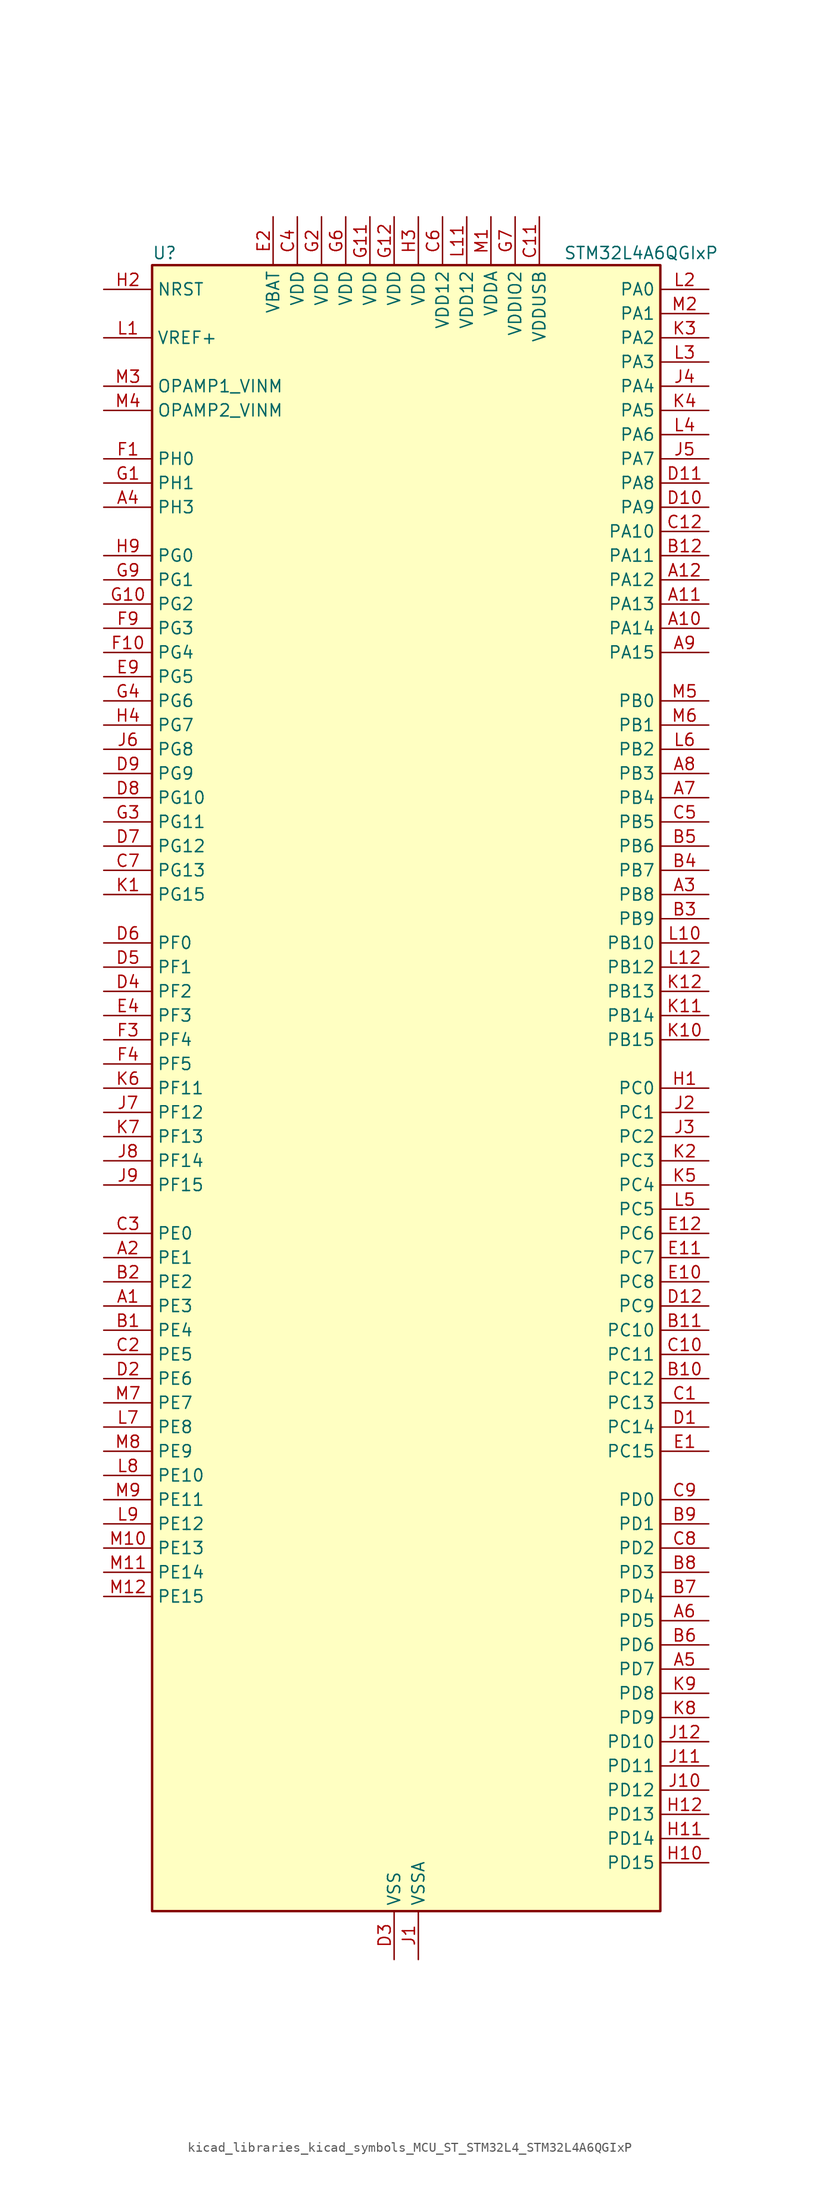
<source format=kicad_sym>
(kicad_symbol_lib
  (version 20220914)
  (generator kicad_symbol_editor)
  (symbol "kicad_libraries_kicad_symbols_MCU_ST_STM32L4_STM32L4A6QGIxP"
    (property "Reference" "U"
      (at -25.4 87.63 0)
      (effects (font (size 1.27 1.27)) (justify left)))
    (property "Value" "STM32L4A6QGIxP"
      (at 17.78 87.63 0)
      (effects (font (size 1.27 1.27)) (justify left)))
    (property "ki_locked" ""
      (at 0 0 0)
      (effects (font (size 1.27 1.27))))
    (symbol "kicad_libraries_kicad_symbols_MCU_ST_STM32L4_STM32L4A6QGIxP_0_1"
      (rectangle (start -25.4 -86.36) (end 27.94 86.36) (stroke (width 0.254) (type default)) (fill (type background))))
    (symbol "kicad_libraries_kicad_symbols_MCU_ST_STM32L4_STM32L4A6QGIxP_1_1"
      (pin bidirectional line (at -30.48 -22.86 0) (length 5.08) (name "PE3" (effects (font (size 1.27 1.27)))) (number "A1" (effects (font (size 1.27 1.27)))) (alternate "FMC_A19" bidirectional line) (alternate "LCD_SEG39" bidirectional line) (alternate "SAI1_SD_B" bidirectional line) (alternate "SYS_TRACED0" bidirectional line) (alternate "TIM3_CH1" bidirectional line) (alternate "TSC_G7_IO2" bidirectional line))
      (pin bidirectional line (at 33.02 48.26 180) (length 5.08) (name "PA14" (effects (font (size 1.27 1.27)))) (number "A10" (effects (font (size 1.27 1.27)))) (alternate "I2C1_SMBA" bidirectional line) (alternate "I2C4_SMBA" bidirectional line) (alternate "LPTIM1_OUT" bidirectional line) (alternate "SAI1_FS_B" bidirectional line) (alternate "SWPMI1_RX" bidirectional line) (alternate "SYS_JTCK-SWCLK" bidirectional line) (alternate "USB_OTG_FS_SOF" bidirectional line))
      (pin bidirectional line (at 33.02 50.8 180) (length 5.08) (name "PA13" (effects (font (size 1.27 1.27)))) (number "A11" (effects (font (size 1.27 1.27)))) (alternate "IR_OUT" bidirectional line) (alternate "SAI1_SD_B" bidirectional line) (alternate "SWPMI1_TX" bidirectional line) (alternate "SYS_JTMS-SWDIO" bidirectional line) (alternate "USB_OTG_FS_NOE" bidirectional line))
      (pin bidirectional line (at 33.02 53.34 180) (length 5.08) (name "PA12" (effects (font (size 1.27 1.27)))) (number "A12" (effects (font (size 1.27 1.27)))) (alternate "CAN1_TX" bidirectional line) (alternate "SPI1_MOSI" bidirectional line) (alternate "TIM1_ETR" bidirectional line) (alternate "USART1_DE" bidirectional line) (alternate "USART1_RTS" bidirectional line) (alternate "USB_OTG_FS_DP" bidirectional line))
      (pin bidirectional line (at -30.48 -17.78 0) (length 5.08) (name "PE1" (effects (font (size 1.27 1.27)))) (number "A2" (effects (font (size 1.27 1.27)))) (alternate "DCMI_D3" bidirectional line) (alternate "FMC_NBL1" bidirectional line) (alternate "LCD_SEG37" bidirectional line) (alternate "TIM17_CH1" bidirectional line))
      (pin bidirectional line (at 33.02 20.32 180) (length 5.08) (name "PB8" (effects (font (size 1.27 1.27)))) (number "A3" (effects (font (size 1.27 1.27)))) (alternate "CAN1_RX" bidirectional line) (alternate "DCMI_D6" bidirectional line) (alternate "DFSDM1_DATIN6" bidirectional line) (alternate "I2C1_SCL" bidirectional line) (alternate "LCD_SEG16" bidirectional line) (alternate "SAI1_MCLK_A" bidirectional line) (alternate "SDMMC1_D4" bidirectional line) (alternate "TIM16_CH1" bidirectional line) (alternate "TIM4_CH3" bidirectional line))
      (pin bidirectional line (at -30.48 60.96 0) (length 5.08) (name "PH3" (effects (font (size 1.27 1.27)))) (number "A4" (effects (font (size 1.27 1.27)))))
      (pin bidirectional line (at 33.02 -60.96 180) (length 5.08) (name "PD7" (effects (font (size 1.27 1.27)))) (number "A5" (effects (font (size 1.27 1.27)))) (alternate "DFSDM1_CKIN1" bidirectional line) (alternate "FMC_NE1" bidirectional line) (alternate "QUADSPI_BK2_IO3" bidirectional line) (alternate "USART2_CK" bidirectional line))
      (pin bidirectional line (at 33.02 -55.88 180) (length 5.08) (name "PD5" (effects (font (size 1.27 1.27)))) (number "A6" (effects (font (size 1.27 1.27)))) (alternate "FMC_NWE" bidirectional line) (alternate "QUADSPI_BK2_IO1" bidirectional line) (alternate "USART2_TX" bidirectional line))
      (pin bidirectional line (at 33.02 30.48 180) (length 5.08) (name "PB4" (effects (font (size 1.27 1.27)))) (number "A7" (effects (font (size 1.27 1.27)))) (alternate "COMP2_INP" bidirectional line) (alternate "DCMI_D12" bidirectional line) (alternate "I2C3_SDA" bidirectional line) (alternate "LCD_SEG8" bidirectional line) (alternate "SAI1_MCLK_B" bidirectional line) (alternate "SPI1_MISO" bidirectional line) (alternate "SPI3_MISO" bidirectional line) (alternate "SYS_JTRST" bidirectional line) (alternate "TIM17_BKIN" bidirectional line) (alternate "TIM3_CH1" bidirectional line) (alternate "TSC_G2_IO1" bidirectional line) (alternate "UART5_DE" bidirectional line) (alternate "UART5_RTS" bidirectional line) (alternate "USART1_CTS" bidirectional line))
      (pin bidirectional line (at 33.02 33.02 180) (length 5.08) (name "PB3" (effects (font (size 1.27 1.27)))) (number "A8" (effects (font (size 1.27 1.27)))) (alternate "COMP2_INM" bidirectional line) (alternate "CRS_SYNC" bidirectional line) (alternate "LCD_SEG7" bidirectional line) (alternate "SAI1_SCK_B" bidirectional line) (alternate "SPI1_SCK" bidirectional line) (alternate "SPI3_SCK" bidirectional line) (alternate "SYS_JTDO-SWO" bidirectional line) (alternate "TIM2_CH2" bidirectional line) (alternate "USART1_DE" bidirectional line) (alternate "USART1_RTS" bidirectional line))
      (pin bidirectional line (at 33.02 45.72 180) (length 5.08) (name "PA15" (effects (font (size 1.27 1.27)))) (number "A9" (effects (font (size 1.27 1.27)))) (alternate "ADC1_EXTI15" bidirectional line) (alternate "ADC2_EXTI15" bidirectional line) (alternate "ADC3_EXTI15" bidirectional line) (alternate "LCD_SEG17" bidirectional line) (alternate "SAI2_FS_B" bidirectional line) (alternate "SPI1_NSS" bidirectional line) (alternate "SPI3_NSS" bidirectional line) (alternate "SWPMI1_SUSPEND" bidirectional line) (alternate "SYS_JTDI" bidirectional line) (alternate "TIM2_CH1" bidirectional line) (alternate "TIM2_ETR" bidirectional line) (alternate "TSC_G3_IO1" bidirectional line) (alternate "UART4_DE" bidirectional line) (alternate "UART4_RTS" bidirectional line) (alternate "USART2_RX" bidirectional line) (alternate "USART3_DE" bidirectional line) (alternate "USART3_RTS" bidirectional line))
      (pin bidirectional line (at -30.48 -25.4 0) (length 5.08) (name "PE4" (effects (font (size 1.27 1.27)))) (number "B1" (effects (font (size 1.27 1.27)))) (alternate "DCMI_D4" bidirectional line) (alternate "DFSDM1_DATIN3" bidirectional line) (alternate "FMC_A20" bidirectional line) (alternate "SAI1_FS_A" bidirectional line) (alternate "SYS_TRACED1" bidirectional line) (alternate "TIM3_CH2" bidirectional line) (alternate "TSC_G7_IO3" bidirectional line))
      (pin bidirectional line (at 33.02 -30.48 180) (length 5.08) (name "PC12" (effects (font (size 1.27 1.27)))) (number "B10" (effects (font (size 1.27 1.27)))) (alternate "DCMI_D9" bidirectional line) (alternate "LCD_COM6" bidirectional line) (alternate "LCD_SEG30" bidirectional line) (alternate "LCD_SEG42" bidirectional line) (alternate "SAI2_SD_B" bidirectional line) (alternate "SDMMC1_CK" bidirectional line) (alternate "SPI3_MOSI" bidirectional line) (alternate "SYS_TRACED3" bidirectional line) (alternate "TSC_G3_IO4" bidirectional line) (alternate "UART5_TX" bidirectional line) (alternate "USART3_CK" bidirectional line))
      (pin bidirectional line (at 33.02 -25.4 180) (length 5.08) (name "PC10" (effects (font (size 1.27 1.27)))) (number "B11" (effects (font (size 1.27 1.27)))) (alternate "DCMI_D8" bidirectional line) (alternate "LCD_COM4" bidirectional line) (alternate "LCD_SEG28" bidirectional line) (alternate "LCD_SEG40" bidirectional line) (alternate "SAI2_SCK_B" bidirectional line) (alternate "SDMMC1_D2" bidirectional line) (alternate "SPI3_SCK" bidirectional line) (alternate "SYS_TRACED1" bidirectional line) (alternate "TSC_G3_IO2" bidirectional line) (alternate "UART4_TX" bidirectional line) (alternate "USART3_TX" bidirectional line))
      (pin bidirectional line (at 33.02 55.88 180) (length 5.08) (name "PA11" (effects (font (size 1.27 1.27)))) (number "B12" (effects (font (size 1.27 1.27)))) (alternate "ADC1_EXTI11" bidirectional line) (alternate "ADC2_EXTI11" bidirectional line) (alternate "ADC3_EXTI11" bidirectional line) (alternate "CAN1_RX" bidirectional line) (alternate "SPI1_MISO" bidirectional line) (alternate "TIM1_BKIN2" bidirectional line) (alternate "TIM1_BKIN2_COMP1" bidirectional line) (alternate "TIM1_CH4" bidirectional line) (alternate "USART1_CTS" bidirectional line) (alternate "USB_OTG_FS_DM" bidirectional line))
      (pin bidirectional line (at -30.48 -20.32 0) (length 5.08) (name "PE2" (effects (font (size 1.27 1.27)))) (number "B2" (effects (font (size 1.27 1.27)))) (alternate "FMC_A23" bidirectional line) (alternate "LCD_SEG38" bidirectional line) (alternate "SAI1_MCLK_A" bidirectional line) (alternate "SYS_TRACECLK" bidirectional line) (alternate "TIM3_ETR" bidirectional line) (alternate "TSC_G7_IO1" bidirectional line))
      (pin bidirectional line (at 33.02 17.78 180) (length 5.08) (name "PB9" (effects (font (size 1.27 1.27)))) (number "B3" (effects (font (size 1.27 1.27)))) (alternate "CAN1_TX" bidirectional line) (alternate "DAC1_EXTI9" bidirectional line) (alternate "DCMI_D7" bidirectional line) (alternate "DFSDM1_CKIN6" bidirectional line) (alternate "I2C1_SDA" bidirectional line) (alternate "IR_OUT" bidirectional line) (alternate "LCD_COM3" bidirectional line) (alternate "SAI1_FS_A" bidirectional line) (alternate "SDMMC1_D5" bidirectional line) (alternate "SPI2_NSS" bidirectional line) (alternate "TIM17_CH1" bidirectional line) (alternate "TIM4_CH4" bidirectional line))
      (pin bidirectional line (at 33.02 22.86 180) (length 5.08) (name "PB7" (effects (font (size 1.27 1.27)))) (number "B4" (effects (font (size 1.27 1.27)))) (alternate "COMP2_INM" bidirectional line) (alternate "DCMI_VSYNC" bidirectional line) (alternate "DFSDM1_CKIN5" bidirectional line) (alternate "FMC_NL" bidirectional line) (alternate "I2C1_SDA" bidirectional line) (alternate "I2C4_SDA" bidirectional line) (alternate "LCD_SEG21" bidirectional line) (alternate "LPTIM1_IN2" bidirectional line) (alternate "SYS_PVD_IN" bidirectional line) (alternate "TIM17_CH1N" bidirectional line) (alternate "TIM4_CH2" bidirectional line) (alternate "TIM8_BKIN" bidirectional line) (alternate "TIM8_BKIN_COMP1" bidirectional line) (alternate "TSC_G2_IO4" bidirectional line) (alternate "UART4_CTS" bidirectional line) (alternate "USART1_RX" bidirectional line))
      (pin bidirectional line (at 33.02 25.4 180) (length 5.08) (name "PB6" (effects (font (size 1.27 1.27)))) (number "B5" (effects (font (size 1.27 1.27)))) (alternate "CAN2_TX" bidirectional line) (alternate "COMP2_INP" bidirectional line) (alternate "DCMI_D5" bidirectional line) (alternate "DFSDM1_DATIN5" bidirectional line) (alternate "I2C1_SCL" bidirectional line) (alternate "I2C4_SCL" bidirectional line) (alternate "LPTIM1_ETR" bidirectional line) (alternate "SAI1_FS_B" bidirectional line) (alternate "TIM16_CH1N" bidirectional line) (alternate "TIM4_CH1" bidirectional line) (alternate "TIM8_BKIN2" bidirectional line) (alternate "TIM8_BKIN2_COMP2" bidirectional line) (alternate "TSC_G2_IO3" bidirectional line) (alternate "USART1_TX" bidirectional line))
      (pin bidirectional line (at 33.02 -58.42 180) (length 5.08) (name "PD6" (effects (font (size 1.27 1.27)))) (number "B6" (effects (font (size 1.27 1.27)))) (alternate "DCMI_D10" bidirectional line) (alternate "DFSDM1_DATIN1" bidirectional line) (alternate "FMC_NWAIT" bidirectional line) (alternate "QUADSPI_BK2_IO1" bidirectional line) (alternate "QUADSPI_BK2_IO2" bidirectional line) (alternate "SAI1_SD_A" bidirectional line) (alternate "USART2_RX" bidirectional line))
      (pin bidirectional line (at 33.02 -53.34 180) (length 5.08) (name "PD4" (effects (font (size 1.27 1.27)))) (number "B7" (effects (font (size 1.27 1.27)))) (alternate "DFSDM1_CKIN0" bidirectional line) (alternate "FMC_NOE" bidirectional line) (alternate "QUADSPI_BK2_IO0" bidirectional line) (alternate "SPI2_MOSI" bidirectional line) (alternate "USART2_DE" bidirectional line) (alternate "USART2_RTS" bidirectional line))
      (pin bidirectional line (at 33.02 -50.8 180) (length 5.08) (name "PD3" (effects (font (size 1.27 1.27)))) (number "B8" (effects (font (size 1.27 1.27)))) (alternate "DCMI_D5" bidirectional line) (alternate "DFSDM1_DATIN0" bidirectional line) (alternate "FMC_CLK" bidirectional line) (alternate "QUADSPI_BK2_NCS" bidirectional line) (alternate "SPI2_MISO" bidirectional line) (alternate "SPI2_SCK" bidirectional line) (alternate "USART2_CTS" bidirectional line))
      (pin bidirectional line (at 33.02 -45.72 180) (length 5.08) (name "PD1" (effects (font (size 1.27 1.27)))) (number "B9" (effects (font (size 1.27 1.27)))) (alternate "CAN1_TX" bidirectional line) (alternate "DFSDM1_CKIN7" bidirectional line) (alternate "FMC_D3" bidirectional line) (alternate "FMC_DA3" bidirectional line) (alternate "SPI2_SCK" bidirectional line))
      (pin bidirectional line (at 33.02 -33.02 180) (length 5.08) (name "PC13" (effects (font (size 1.27 1.27)))) (number "C1" (effects (font (size 1.27 1.27)))) (alternate "RTC_OUT_ALARM" bidirectional line) (alternate "RTC_OUT_CALIB" bidirectional line) (alternate "RTC_TAMP1" bidirectional line) (alternate "RTC_TS" bidirectional line) (alternate "SYS_WKUP2" bidirectional line))
      (pin bidirectional line (at 33.02 -27.94 180) (length 5.08) (name "PC11" (effects (font (size 1.27 1.27)))) (number "C10" (effects (font (size 1.27 1.27)))) (alternate "ADC1_EXTI11" bidirectional line) (alternate "ADC2_EXTI11" bidirectional line) (alternate "ADC3_EXTI11" bidirectional line) (alternate "DCMI_D4" bidirectional line) (alternate "LCD_COM5" bidirectional line) (alternate "LCD_SEG29" bidirectional line) (alternate "LCD_SEG41" bidirectional line) (alternate "QUADSPI_BK2_NCS" bidirectional line) (alternate "SAI2_MCLK_B" bidirectional line) (alternate "SDMMC1_D3" bidirectional line) (alternate "SPI3_MISO" bidirectional line) (alternate "TSC_G3_IO3" bidirectional line) (alternate "UART4_RX" bidirectional line) (alternate "USART3_RX" bidirectional line))
      (pin power_in line (at 15.24 91.44 270) (length 5.08) (name "VDDUSB" (effects (font (size 1.27 1.27)))) (number "C11" (effects (font (size 1.27 1.27)))))
      (pin bidirectional line (at 33.02 58.42 180) (length 5.08) (name "PA10" (effects (font (size 1.27 1.27)))) (number "C12" (effects (font (size 1.27 1.27)))) (alternate "DCMI_D1" bidirectional line) (alternate "LCD_COM2" bidirectional line) (alternate "SAI1_SD_A" bidirectional line) (alternate "TIM17_BKIN" bidirectional line) (alternate "TIM1_CH3" bidirectional line) (alternate "USART1_RX" bidirectional line) (alternate "USB_OTG_FS_ID" bidirectional line))
      (pin bidirectional line (at -30.48 -27.94 0) (length 5.08) (name "PE5" (effects (font (size 1.27 1.27)))) (number "C2" (effects (font (size 1.27 1.27)))) (alternate "DCMI_D6" bidirectional line) (alternate "DFSDM1_CKIN3" bidirectional line) (alternate "FMC_A21" bidirectional line) (alternate "SAI1_SCK_A" bidirectional line) (alternate "SYS_TRACED2" bidirectional line) (alternate "TIM3_CH3" bidirectional line) (alternate "TSC_G7_IO4" bidirectional line))
      (pin bidirectional line (at -30.48 -15.24 0) (length 5.08) (name "PE0" (effects (font (size 1.27 1.27)))) (number "C3" (effects (font (size 1.27 1.27)))) (alternate "DCMI_D2" bidirectional line) (alternate "FMC_NBL0" bidirectional line) (alternate "LCD_SEG36" bidirectional line) (alternate "TIM16_CH1" bidirectional line) (alternate "TIM4_ETR" bidirectional line))
      (pin power_in line (at -10.16 91.44 270) (length 5.08) (name "VDD" (effects (font (size 1.27 1.27)))) (number "C4" (effects (font (size 1.27 1.27)))))
      (pin bidirectional line (at 33.02 27.94 180) (length 5.08) (name "PB5" (effects (font (size 1.27 1.27)))) (number "C5" (effects (font (size 1.27 1.27)))) (alternate "CAN2_RX" bidirectional line) (alternate "COMP2_OUT" bidirectional line) (alternate "DCMI_D10" bidirectional line) (alternate "I2C1_SMBA" bidirectional line) (alternate "LCD_SEG9" bidirectional line) (alternate "LPTIM1_IN1" bidirectional line) (alternate "SAI1_SD_B" bidirectional line) (alternate "SPI1_MOSI" bidirectional line) (alternate "SPI3_MOSI" bidirectional line) (alternate "TIM16_BKIN" bidirectional line) (alternate "TIM3_CH2" bidirectional line) (alternate "TSC_G2_IO2" bidirectional line) (alternate "UART5_CTS" bidirectional line) (alternate "USART1_CK" bidirectional line))
      (pin power_in line (at 5.08 91.44 270) (length 5.08) (name "VDD12" (effects (font (size 1.27 1.27)))) (number "C6" (effects (font (size 1.27 1.27)))))
      (pin bidirectional line (at -30.48 22.86 0) (length 5.08) (name "PG13" (effects (font (size 1.27 1.27)))) (number "C7" (effects (font (size 1.27 1.27)))) (alternate "FMC_A24" bidirectional line) (alternate "I2C1_SDA" bidirectional line) (alternate "USART1_CK" bidirectional line))
      (pin bidirectional line (at 33.02 -48.26 180) (length 5.08) (name "PD2" (effects (font (size 1.27 1.27)))) (number "C8" (effects (font (size 1.27 1.27)))) (alternate "DCMI_D11" bidirectional line) (alternate "LCD_COM7" bidirectional line) (alternate "LCD_SEG31" bidirectional line) (alternate "LCD_SEG43" bidirectional line) (alternate "SDMMC1_CMD" bidirectional line) (alternate "SYS_TRACED2" bidirectional line) (alternate "TIM3_ETR" bidirectional line) (alternate "TSC_SYNC" bidirectional line) (alternate "UART5_RX" bidirectional line) (alternate "USART3_DE" bidirectional line) (alternate "USART3_RTS" bidirectional line))
      (pin bidirectional line (at 33.02 -43.18 180) (length 5.08) (name "PD0" (effects (font (size 1.27 1.27)))) (number "C9" (effects (font (size 1.27 1.27)))) (alternate "CAN1_RX" bidirectional line) (alternate "DFSDM1_DATIN7" bidirectional line) (alternate "FMC_D2" bidirectional line) (alternate "FMC_DA2" bidirectional line) (alternate "SPI2_NSS" bidirectional line))
      (pin bidirectional line (at 33.02 -35.56 180) (length 5.08) (name "PC14" (effects (font (size 1.27 1.27)))) (number "D1" (effects (font (size 1.27 1.27)))) (alternate "RCC_OSC32_IN" bidirectional line))
      (pin bidirectional line (at 33.02 60.96 180) (length 5.08) (name "PA9" (effects (font (size 1.27 1.27)))) (number "D10" (effects (font (size 1.27 1.27)))) (alternate "DAC1_EXTI9" bidirectional line) (alternate "DCMI_D0" bidirectional line) (alternate "LCD_COM1" bidirectional line) (alternate "SAI1_FS_A" bidirectional line) (alternate "SPI2_SCK" bidirectional line) (alternate "TIM15_BKIN" bidirectional line) (alternate "TIM1_CH2" bidirectional line) (alternate "USART1_TX" bidirectional line) (alternate "USB_OTG_FS_VBUS" bidirectional line))
      (pin bidirectional line (at 33.02 63.5 180) (length 5.08) (name "PA8" (effects (font (size 1.27 1.27)))) (number "D11" (effects (font (size 1.27 1.27)))) (alternate "LCD_COM0" bidirectional line) (alternate "LPTIM2_OUT" bidirectional line) (alternate "RCC_MCO" bidirectional line) (alternate "SAI1_SCK_A" bidirectional line) (alternate "SWPMI1_IO" bidirectional line) (alternate "TIM1_CH1" bidirectional line) (alternate "USART1_CK" bidirectional line) (alternate "USB_OTG_FS_SOF" bidirectional line))
      (pin bidirectional line (at 33.02 -22.86 180) (length 5.08) (name "PC9" (effects (font (size 1.27 1.27)))) (number "D12" (effects (font (size 1.27 1.27)))) (alternate "DAC1_EXTI9" bidirectional line) (alternate "DCMI_D3" bidirectional line) (alternate "I2C3_SDA" bidirectional line) (alternate "LCD_SEG27" bidirectional line) (alternate "SAI2_EXTCLK" bidirectional line) (alternate "SDMMC1_D1" bidirectional line) (alternate "TIM3_CH4" bidirectional line) (alternate "TIM8_BKIN2" bidirectional line) (alternate "TIM8_BKIN2_COMP1" bidirectional line) (alternate "TIM8_CH4" bidirectional line) (alternate "TSC_G4_IO4" bidirectional line) (alternate "USB_OTG_FS_NOE" bidirectional line))
      (pin bidirectional line (at -30.48 -30.48 0) (length 5.08) (name "PE6" (effects (font (size 1.27 1.27)))) (number "D2" (effects (font (size 1.27 1.27)))) (alternate "DCMI_D7" bidirectional line) (alternate "FMC_A22" bidirectional line) (alternate "RTC_TAMP3" bidirectional line) (alternate "SAI1_SD_A" bidirectional line) (alternate "SYS_TRACED3" bidirectional line) (alternate "SYS_WKUP3" bidirectional line) (alternate "TIM3_CH4" bidirectional line))
      (pin power_in line (at 0 -91.44 90) (length 5.08) (name "VSS" (effects (font (size 1.27 1.27)))) (number "D3" (effects (font (size 1.27 1.27)))))
      (pin bidirectional line (at -30.48 10.16 0) (length 5.08) (name "PF2" (effects (font (size 1.27 1.27)))) (number "D4" (effects (font (size 1.27 1.27)))) (alternate "FMC_A2" bidirectional line) (alternate "I2C2_SMBA" bidirectional line))
      (pin bidirectional line (at -30.48 12.7 0) (length 5.08) (name "PF1" (effects (font (size 1.27 1.27)))) (number "D5" (effects (font (size 1.27 1.27)))) (alternate "FMC_A1" bidirectional line) (alternate "I2C2_SCL" bidirectional line))
      (pin bidirectional line (at -30.48 15.24 0) (length 5.08) (name "PF0" (effects (font (size 1.27 1.27)))) (number "D6" (effects (font (size 1.27 1.27)))) (alternate "FMC_A0" bidirectional line) (alternate "I2C2_SDA" bidirectional line))
      (pin bidirectional line (at -30.48 25.4 0) (length 5.08) (name "PG12" (effects (font (size 1.27 1.27)))) (number "D7" (effects (font (size 1.27 1.27)))) (alternate "FMC_NE4" bidirectional line) (alternate "LPTIM1_ETR" bidirectional line) (alternate "SAI2_SD_A" bidirectional line) (alternate "SPI3_NSS" bidirectional line) (alternate "USART1_DE" bidirectional line) (alternate "USART1_RTS" bidirectional line))
      (pin bidirectional line (at -30.48 30.48 0) (length 5.08) (name "PG10" (effects (font (size 1.27 1.27)))) (number "D8" (effects (font (size 1.27 1.27)))) (alternate "FMC_NE3" bidirectional line) (alternate "LPTIM1_IN1" bidirectional line) (alternate "SAI2_FS_A" bidirectional line) (alternate "SPI3_MISO" bidirectional line) (alternate "TIM15_CH1" bidirectional line) (alternate "USART1_RX" bidirectional line))
      (pin bidirectional line (at -30.48 33.02 0) (length 5.08) (name "PG9" (effects (font (size 1.27 1.27)))) (number "D9" (effects (font (size 1.27 1.27)))) (alternate "DAC1_EXTI9" bidirectional line) (alternate "FMC_NCE" bidirectional line) (alternate "FMC_NE2" bidirectional line) (alternate "SAI2_SCK_A" bidirectional line) (alternate "SPI3_SCK" bidirectional line) (alternate "TIM15_CH1N" bidirectional line) (alternate "USART1_TX" bidirectional line))
      (pin bidirectional line (at 33.02 -38.1 180) (length 5.08) (name "PC15" (effects (font (size 1.27 1.27)))) (number "E1" (effects (font (size 1.27 1.27)))) (alternate "ADC1_EXTI15" bidirectional line) (alternate "ADC2_EXTI15" bidirectional line) (alternate "ADC3_EXTI15" bidirectional line) (alternate "RCC_OSC32_OUT" bidirectional line))
      (pin bidirectional line (at 33.02 -20.32 180) (length 5.08) (name "PC8" (effects (font (size 1.27 1.27)))) (number "E10" (effects (font (size 1.27 1.27)))) (alternate "DCMI_D2" bidirectional line) (alternate "LCD_SEG26" bidirectional line) (alternate "SDMMC1_D0" bidirectional line) (alternate "TIM3_CH3" bidirectional line) (alternate "TIM8_CH3" bidirectional line) (alternate "TSC_G4_IO3" bidirectional line))
      (pin bidirectional line (at 33.02 -17.78 180) (length 5.08) (name "PC7" (effects (font (size 1.27 1.27)))) (number "E11" (effects (font (size 1.27 1.27)))) (alternate "DCMI_D1" bidirectional line) (alternate "DFSDM1_DATIN3" bidirectional line) (alternate "LCD_SEG25" bidirectional line) (alternate "SAI2_MCLK_B" bidirectional line) (alternate "SDMMC1_D7" bidirectional line) (alternate "TIM3_CH2" bidirectional line) (alternate "TIM8_CH2" bidirectional line) (alternate "TSC_G4_IO2" bidirectional line))
      (pin bidirectional line (at 33.02 -15.24 180) (length 5.08) (name "PC6" (effects (font (size 1.27 1.27)))) (number "E12" (effects (font (size 1.27 1.27)))) (alternate "DCMI_D0" bidirectional line) (alternate "DFSDM1_CKIN3" bidirectional line) (alternate "LCD_SEG24" bidirectional line) (alternate "SAI2_MCLK_A" bidirectional line) (alternate "SDMMC1_D6" bidirectional line) (alternate "TIM3_CH1" bidirectional line) (alternate "TIM8_CH1" bidirectional line) (alternate "TSC_G4_IO1" bidirectional line))
      (pin power_in line (at -12.7 91.44 270) (length 5.08) (name "VBAT" (effects (font (size 1.27 1.27)))) (number "E2" (effects (font (size 1.27 1.27)))))
      (pin passive line (at 0 -91.44 90) (length 5.08) hide (name "VSS" (effects (font (size 1.27 1.27)))) (number "E3" (effects (font (size 1.27 1.27)))))
      (pin bidirectional line (at -30.48 7.62 0) (length 5.08) (name "PF3" (effects (font (size 1.27 1.27)))) (number "E4" (effects (font (size 1.27 1.27)))) (alternate "ADC3_IN6" bidirectional line) (alternate "FMC_A3" bidirectional line))
      (pin bidirectional line (at -30.48 43.18 0) (length 5.08) (name "PG5" (effects (font (size 1.27 1.27)))) (number "E9" (effects (font (size 1.27 1.27)))) (alternate "FMC_A15" bidirectional line) (alternate "LPUART1_CTS" bidirectional line) (alternate "SAI2_SD_B" bidirectional line) (alternate "SPI1_NSS" bidirectional line))
      (pin bidirectional line (at -30.48 66.04 0) (length 5.08) (name "PH0" (effects (font (size 1.27 1.27)))) (number "F1" (effects (font (size 1.27 1.27)))) (alternate "RCC_OSC_IN" bidirectional line))
      (pin bidirectional line (at -30.48 45.72 0) (length 5.08) (name "PG4" (effects (font (size 1.27 1.27)))) (number "F10" (effects (font (size 1.27 1.27)))) (alternate "FMC_A14" bidirectional line) (alternate "SAI2_MCLK_B" bidirectional line) (alternate "SPI1_MOSI" bidirectional line))
      (pin passive line (at 0 -91.44 90) (length 5.08) hide (name "VSS" (effects (font (size 1.27 1.27)))) (number "F11" (effects (font (size 1.27 1.27)))))
      (pin passive line (at 0 -91.44 90) (length 5.08) hide (name "VSS" (effects (font (size 1.27 1.27)))) (number "F12" (effects (font (size 1.27 1.27)))))
      (pin passive line (at 0 -91.44 90) (length 5.08) hide (name "VSS" (effects (font (size 1.27 1.27)))) (number "F2" (effects (font (size 1.27 1.27)))))
      (pin bidirectional line (at -30.48 5.08 0) (length 5.08) (name "PF4" (effects (font (size 1.27 1.27)))) (number "F3" (effects (font (size 1.27 1.27)))) (alternate "ADC3_IN7" bidirectional line) (alternate "FMC_A4" bidirectional line))
      (pin bidirectional line (at -30.48 2.54 0) (length 5.08) (name "PF5" (effects (font (size 1.27 1.27)))) (number "F4" (effects (font (size 1.27 1.27)))) (alternate "ADC3_IN8" bidirectional line) (alternate "FMC_A5" bidirectional line))
      (pin passive line (at 0 -91.44 90) (length 5.08) hide (name "VSS" (effects (font (size 1.27 1.27)))) (number "F6" (effects (font (size 1.27 1.27)))))
      (pin passive line (at 0 -91.44 90) (length 5.08) hide (name "VSS" (effects (font (size 1.27 1.27)))) (number "F7" (effects (font (size 1.27 1.27)))))
      (pin bidirectional line (at -30.48 48.26 0) (length 5.08) (name "PG3" (effects (font (size 1.27 1.27)))) (number "F9" (effects (font (size 1.27 1.27)))) (alternate "FMC_A13" bidirectional line) (alternate "SAI2_FS_B" bidirectional line) (alternate "SPI1_MISO" bidirectional line))
      (pin bidirectional line (at -30.48 63.5 0) (length 5.08) (name "PH1" (effects (font (size 1.27 1.27)))) (number "G1" (effects (font (size 1.27 1.27)))) (alternate "RCC_OSC_OUT" bidirectional line))
      (pin bidirectional line (at -30.48 50.8 0) (length 5.08) (name "PG2" (effects (font (size 1.27 1.27)))) (number "G10" (effects (font (size 1.27 1.27)))) (alternate "FMC_A12" bidirectional line) (alternate "SAI2_SCK_B" bidirectional line) (alternate "SPI1_SCK" bidirectional line))
      (pin power_in line (at -2.54 91.44 270) (length 5.08) (name "VDD" (effects (font (size 1.27 1.27)))) (number "G11" (effects (font (size 1.27 1.27)))))
      (pin power_in line (at 0 91.44 270) (length 5.08) (name "VDD" (effects (font (size 1.27 1.27)))) (number "G12" (effects (font (size 1.27 1.27)))))
      (pin power_in line (at -7.62 91.44 270) (length 5.08) (name "VDD" (effects (font (size 1.27 1.27)))) (number "G2" (effects (font (size 1.27 1.27)))))
      (pin bidirectional line (at -30.48 27.94 0) (length 5.08) (name "PG11" (effects (font (size 1.27 1.27)))) (number "G3" (effects (font (size 1.27 1.27)))) (alternate "ADC1_EXTI11" bidirectional line) (alternate "ADC2_EXTI11" bidirectional line) (alternate "ADC3_EXTI11" bidirectional line) (alternate "LPTIM1_IN2" bidirectional line) (alternate "SAI2_MCLK_A" bidirectional line) (alternate "SPI3_MOSI" bidirectional line) (alternate "TIM15_CH2" bidirectional line) (alternate "USART1_CTS" bidirectional line))
      (pin bidirectional line (at -30.48 40.64 0) (length 5.08) (name "PG6" (effects (font (size 1.27 1.27)))) (number "G4" (effects (font (size 1.27 1.27)))) (alternate "I2C3_SMBA" bidirectional line) (alternate "LPUART1_DE" bidirectional line) (alternate "LPUART1_RTS" bidirectional line))
      (pin power_in line (at -5.08 91.44 270) (length 5.08) (name "VDD" (effects (font (size 1.27 1.27)))) (number "G6" (effects (font (size 1.27 1.27)))))
      (pin power_in line (at 12.7 91.44 270) (length 5.08) (name "VDDIO2" (effects (font (size 1.27 1.27)))) (number "G7" (effects (font (size 1.27 1.27)))))
      (pin bidirectional line (at -30.48 53.34 0) (length 5.08) (name "PG1" (effects (font (size 1.27 1.27)))) (number "G9" (effects (font (size 1.27 1.27)))) (alternate "FMC_A11" bidirectional line) (alternate "TSC_G8_IO4" bidirectional line))
      (pin bidirectional line (at 33.02 0 180) (length 5.08) (name "PC0" (effects (font (size 1.27 1.27)))) (number "H1" (effects (font (size 1.27 1.27)))) (alternate "ADC1_IN1" bidirectional line) (alternate "ADC2_IN1" bidirectional line) (alternate "ADC3_IN1" bidirectional line) (alternate "DFSDM1_DATIN4" bidirectional line) (alternate "I2C3_SCL" bidirectional line) (alternate "I2C4_SCL" bidirectional line) (alternate "LCD_SEG18" bidirectional line) (alternate "LPTIM1_IN1" bidirectional line) (alternate "LPTIM2_IN1" bidirectional line) (alternate "LPUART1_RX" bidirectional line))
      (pin bidirectional line (at 33.02 -81.28 180) (length 5.08) (name "PD15" (effects (font (size 1.27 1.27)))) (number "H10" (effects (font (size 1.27 1.27)))) (alternate "ADC1_EXTI15" bidirectional line) (alternate "ADC2_EXTI15" bidirectional line) (alternate "ADC3_EXTI15" bidirectional line) (alternate "FMC_D1" bidirectional line) (alternate "FMC_DA1" bidirectional line) (alternate "LCD_SEG35" bidirectional line) (alternate "TIM4_CH4" bidirectional line))
      (pin bidirectional line (at 33.02 -78.74 180) (length 5.08) (name "PD14" (effects (font (size 1.27 1.27)))) (number "H11" (effects (font (size 1.27 1.27)))) (alternate "FMC_D0" bidirectional line) (alternate "FMC_DA0" bidirectional line) (alternate "LCD_SEG34" bidirectional line) (alternate "TIM4_CH3" bidirectional line))
      (pin bidirectional line (at 33.02 -76.2 180) (length 5.08) (name "PD13" (effects (font (size 1.27 1.27)))) (number "H12" (effects (font (size 1.27 1.27)))) (alternate "FMC_A18" bidirectional line) (alternate "I2C4_SDA" bidirectional line) (alternate "LCD_SEG33" bidirectional line) (alternate "LPTIM2_OUT" bidirectional line) (alternate "TIM4_CH2" bidirectional line) (alternate "TSC_G6_IO4" bidirectional line))
      (pin input line (at -30.48 83.82 0) (length 5.08) (name "NRST" (effects (font (size 1.27 1.27)))) (number "H2" (effects (font (size 1.27 1.27)))))
      (pin power_in line (at 2.54 91.44 270) (length 5.08) (name "VDD" (effects (font (size 1.27 1.27)))) (number "H3" (effects (font (size 1.27 1.27)))))
      (pin bidirectional line (at -30.48 38.1 0) (length 5.08) (name "PG7" (effects (font (size 1.27 1.27)))) (number "H4" (effects (font (size 1.27 1.27)))) (alternate "FMC_INT" bidirectional line) (alternate "I2C3_SCL" bidirectional line) (alternate "LPUART1_TX" bidirectional line) (alternate "SAI1_MCLK_A" bidirectional line))
      (pin bidirectional line (at -30.48 55.88 0) (length 5.08) (name "PG0" (effects (font (size 1.27 1.27)))) (number "H9" (effects (font (size 1.27 1.27)))) (alternate "FMC_A10" bidirectional line) (alternate "TSC_G8_IO3" bidirectional line))
      (pin power_in line (at 2.54 -91.44 90) (length 5.08) (name "VSSA" (effects (font (size 1.27 1.27)))) (number "J1" (effects (font (size 1.27 1.27)))))
      (pin bidirectional line (at 33.02 -73.66 180) (length 5.08) (name "PD12" (effects (font (size 1.27 1.27)))) (number "J10" (effects (font (size 1.27 1.27)))) (alternate "FMC_A17" bidirectional line) (alternate "FMC_ALE" bidirectional line) (alternate "I2C4_SCL" bidirectional line) (alternate "LCD_SEG32" bidirectional line) (alternate "LPTIM2_IN1" bidirectional line) (alternate "SAI2_FS_A" bidirectional line) (alternate "TIM4_CH1" bidirectional line) (alternate "TSC_G6_IO3" bidirectional line) (alternate "USART3_DE" bidirectional line) (alternate "USART3_RTS" bidirectional line))
      (pin bidirectional line (at 33.02 -71.12 180) (length 5.08) (name "PD11" (effects (font (size 1.27 1.27)))) (number "J11" (effects (font (size 1.27 1.27)))) (alternate "ADC1_EXTI11" bidirectional line) (alternate "ADC2_EXTI11" bidirectional line) (alternate "ADC3_EXTI11" bidirectional line) (alternate "FMC_A16" bidirectional line) (alternate "FMC_CLE" bidirectional line) (alternate "I2C4_SMBA" bidirectional line) (alternate "LCD_SEG31" bidirectional line) (alternate "LPTIM2_ETR" bidirectional line) (alternate "SAI2_SD_A" bidirectional line) (alternate "TSC_G6_IO2" bidirectional line) (alternate "USART3_CTS" bidirectional line))
      (pin bidirectional line (at 33.02 -68.58 180) (length 5.08) (name "PD10" (effects (font (size 1.27 1.27)))) (number "J12" (effects (font (size 1.27 1.27)))) (alternate "FMC_D15" bidirectional line) (alternate "FMC_DA15" bidirectional line) (alternate "LCD_SEG30" bidirectional line) (alternate "SAI2_SCK_A" bidirectional line) (alternate "TSC_G6_IO1" bidirectional line) (alternate "USART3_CK" bidirectional line))
      (pin bidirectional line (at 33.02 -2.54 180) (length 5.08) (name "PC1" (effects (font (size 1.27 1.27)))) (number "J2" (effects (font (size 1.27 1.27)))) (alternate "ADC1_IN2" bidirectional line) (alternate "ADC2_IN2" bidirectional line) (alternate "ADC3_IN2" bidirectional line) (alternate "DFSDM1_CKIN4" bidirectional line) (alternate "I2C3_SDA" bidirectional line) (alternate "I2C4_SDA" bidirectional line) (alternate "LCD_SEG19" bidirectional line) (alternate "LPTIM1_OUT" bidirectional line) (alternate "LPUART1_TX" bidirectional line) (alternate "QUADSPI_BK2_IO0" bidirectional line) (alternate "SAI1_SD_A" bidirectional line) (alternate "SPI2_MOSI" bidirectional line) (alternate "SYS_TRACED0" bidirectional line))
      (pin bidirectional line (at 33.02 -5.08 180) (length 5.08) (name "PC2" (effects (font (size 1.27 1.27)))) (number "J3" (effects (font (size 1.27 1.27)))) (alternate "ADC1_IN3" bidirectional line) (alternate "ADC2_IN3" bidirectional line) (alternate "ADC3_IN3" bidirectional line) (alternate "DFSDM1_CKOUT" bidirectional line) (alternate "LCD_SEG20" bidirectional line) (alternate "LPTIM1_IN2" bidirectional line) (alternate "QUADSPI_BK2_IO1" bidirectional line) (alternate "SPI2_MISO" bidirectional line))
      (pin bidirectional line (at 33.02 73.66 180) (length 5.08) (name "PA4" (effects (font (size 1.27 1.27)))) (number "J4" (effects (font (size 1.27 1.27)))) (alternate "ADC1_IN9" bidirectional line) (alternate "ADC2_IN9" bidirectional line) (alternate "DAC1_OUT1" bidirectional line) (alternate "DCMI_HSYNC" bidirectional line) (alternate "LPTIM2_OUT" bidirectional line) (alternate "SAI1_FS_B" bidirectional line) (alternate "SPI1_NSS" bidirectional line) (alternate "SPI3_NSS" bidirectional line) (alternate "USART2_CK" bidirectional line))
      (pin bidirectional line (at 33.02 66.04 180) (length 5.08) (name "PA7" (effects (font (size 1.27 1.27)))) (number "J5" (effects (font (size 1.27 1.27)))) (alternate "ADC1_IN12" bidirectional line) (alternate "ADC2_IN12" bidirectional line) (alternate "I2C3_SCL" bidirectional line) (alternate "LCD_SEG4" bidirectional line) (alternate "QUADSPI_BK1_IO2" bidirectional line) (alternate "SPI1_MOSI" bidirectional line) (alternate "TIM17_CH1" bidirectional line) (alternate "TIM1_CH1N" bidirectional line) (alternate "TIM3_CH2" bidirectional line) (alternate "TIM8_CH1N" bidirectional line))
      (pin bidirectional line (at -30.48 35.56 0) (length 5.08) (name "PG8" (effects (font (size 1.27 1.27)))) (number "J6" (effects (font (size 1.27 1.27)))) (alternate "I2C3_SDA" bidirectional line) (alternate "LPUART1_RX" bidirectional line))
      (pin bidirectional line (at -30.48 -2.54 0) (length 5.08) (name "PF12" (effects (font (size 1.27 1.27)))) (number "J7" (effects (font (size 1.27 1.27)))) (alternate "FMC_A6" bidirectional line))
      (pin bidirectional line (at -30.48 -7.62 0) (length 5.08) (name "PF14" (effects (font (size 1.27 1.27)))) (number "J8" (effects (font (size 1.27 1.27)))) (alternate "DFSDM1_CKIN6" bidirectional line) (alternate "FMC_A8" bidirectional line) (alternate "I2C4_SCL" bidirectional line) (alternate "TSC_G8_IO1" bidirectional line))
      (pin bidirectional line (at -30.48 -10.16 0) (length 5.08) (name "PF15" (effects (font (size 1.27 1.27)))) (number "J9" (effects (font (size 1.27 1.27)))) (alternate "ADC1_EXTI15" bidirectional line) (alternate "ADC2_EXTI15" bidirectional line) (alternate "ADC3_EXTI15" bidirectional line) (alternate "FMC_A9" bidirectional line) (alternate "I2C4_SDA" bidirectional line) (alternate "TSC_G8_IO2" bidirectional line))
      (pin bidirectional line (at -30.48 20.32 0) (length 5.08) (name "PG15" (effects (font (size 1.27 1.27)))) (number "K1" (effects (font (size 1.27 1.27)))) (alternate "ADC1_EXTI15" bidirectional line) (alternate "ADC2_EXTI15" bidirectional line) (alternate "ADC3_EXTI15" bidirectional line) (alternate "DCMI_D13" bidirectional line) (alternate "I2C1_SMBA" bidirectional line) (alternate "LPTIM1_OUT" bidirectional line))
      (pin bidirectional line (at 33.02 5.08 180) (length 5.08) (name "PB15" (effects (font (size 1.27 1.27)))) (number "K10" (effects (font (size 1.27 1.27)))) (alternate "ADC1_EXTI15" bidirectional line) (alternate "ADC2_EXTI15" bidirectional line) (alternate "ADC3_EXTI15" bidirectional line) (alternate "DFSDM1_CKIN2" bidirectional line) (alternate "LCD_SEG15" bidirectional line) (alternate "RTC_REFIN" bidirectional line) (alternate "SAI2_SD_A" bidirectional line) (alternate "SPI2_MOSI" bidirectional line) (alternate "SWPMI1_SUSPEND" bidirectional line) (alternate "TIM15_CH2" bidirectional line) (alternate "TIM1_CH3N" bidirectional line) (alternate "TIM8_CH3N" bidirectional line) (alternate "TSC_G1_IO4" bidirectional line))
      (pin bidirectional line (at 33.02 7.62 180) (length 5.08) (name "PB14" (effects (font (size 1.27 1.27)))) (number "K11" (effects (font (size 1.27 1.27)))) (alternate "DFSDM1_DATIN2" bidirectional line) (alternate "I2C2_SDA" bidirectional line) (alternate "LCD_SEG14" bidirectional line) (alternate "SAI2_MCLK_A" bidirectional line) (alternate "SPI2_MISO" bidirectional line) (alternate "SWPMI1_RX" bidirectional line) (alternate "TIM15_CH1" bidirectional line) (alternate "TIM1_CH2N" bidirectional line) (alternate "TIM8_CH2N" bidirectional line) (alternate "TSC_G1_IO3" bidirectional line) (alternate "USART3_DE" bidirectional line) (alternate "USART3_RTS" bidirectional line))
      (pin bidirectional line (at 33.02 10.16 180) (length 5.08) (name "PB13" (effects (font (size 1.27 1.27)))) (number "K12" (effects (font (size 1.27 1.27)))) (alternate "CAN2_TX" bidirectional line) (alternate "DFSDM1_CKIN1" bidirectional line) (alternate "I2C2_SCL" bidirectional line) (alternate "LCD_SEG13" bidirectional line) (alternate "LPUART1_CTS" bidirectional line) (alternate "SAI2_SCK_A" bidirectional line) (alternate "SPI2_SCK" bidirectional line) (alternate "SWPMI1_TX" bidirectional line) (alternate "TIM15_CH1N" bidirectional line) (alternate "TIM1_CH1N" bidirectional line) (alternate "TSC_G1_IO2" bidirectional line) (alternate "USART3_CTS" bidirectional line))
      (pin bidirectional line (at 33.02 -7.62 180) (length 5.08) (name "PC3" (effects (font (size 1.27 1.27)))) (number "K2" (effects (font (size 1.27 1.27)))) (alternate "ADC1_IN4" bidirectional line) (alternate "ADC2_IN4" bidirectional line) (alternate "ADC3_IN4" bidirectional line) (alternate "LCD_VLCD" bidirectional line) (alternate "LPTIM1_ETR" bidirectional line) (alternate "LPTIM2_ETR" bidirectional line) (alternate "QUADSPI_BK2_IO2" bidirectional line) (alternate "SAI1_SD_A" bidirectional line) (alternate "SPI2_MOSI" bidirectional line))
      (pin bidirectional line (at 33.02 78.74 180) (length 5.08) (name "PA2" (effects (font (size 1.27 1.27)))) (number "K3" (effects (font (size 1.27 1.27)))) (alternate "ADC1_IN7" bidirectional line) (alternate "ADC2_IN7" bidirectional line) (alternate "LCD_SEG1" bidirectional line) (alternate "LPUART1_TX" bidirectional line) (alternate "QUADSPI_BK1_NCS" bidirectional line) (alternate "RCC_LSCO" bidirectional line) (alternate "SAI2_EXTCLK" bidirectional line) (alternate "SYS_WKUP4" bidirectional line) (alternate "TIM15_CH1" bidirectional line) (alternate "TIM2_CH3" bidirectional line) (alternate "TIM5_CH3" bidirectional line) (alternate "USART2_TX" bidirectional line))
      (pin bidirectional line (at 33.02 71.12 180) (length 5.08) (name "PA5" (effects (font (size 1.27 1.27)))) (number "K4" (effects (font (size 1.27 1.27)))) (alternate "ADC1_IN10" bidirectional line) (alternate "ADC2_IN10" bidirectional line) (alternate "DAC1_OUT2" bidirectional line) (alternate "LPTIM2_ETR" bidirectional line) (alternate "SPI1_SCK" bidirectional line) (alternate "TIM2_CH1" bidirectional line) (alternate "TIM2_ETR" bidirectional line) (alternate "TIM8_CH1N" bidirectional line))
      (pin bidirectional line (at 33.02 -10.16 180) (length 5.08) (name "PC4" (effects (font (size 1.27 1.27)))) (number "K5" (effects (font (size 1.27 1.27)))) (alternate "ADC1_IN13" bidirectional line) (alternate "ADC2_IN13" bidirectional line) (alternate "COMP1_INM" bidirectional line) (alternate "LCD_SEG22" bidirectional line) (alternate "QUADSPI_BK2_IO3" bidirectional line) (alternate "USART3_TX" bidirectional line))
      (pin bidirectional line (at -30.48 0 0) (length 5.08) (name "PF11" (effects (font (size 1.27 1.27)))) (number "K6" (effects (font (size 1.27 1.27)))) (alternate "ADC1_EXTI11" bidirectional line) (alternate "ADC2_EXTI11" bidirectional line) (alternate "ADC3_EXTI11" bidirectional line) (alternate "DCMI_D12" bidirectional line))
      (pin bidirectional line (at -30.48 -5.08 0) (length 5.08) (name "PF13" (effects (font (size 1.27 1.27)))) (number "K7" (effects (font (size 1.27 1.27)))) (alternate "DFSDM1_DATIN6" bidirectional line) (alternate "FMC_A7" bidirectional line) (alternate "I2C4_SMBA" bidirectional line))
      (pin bidirectional line (at 33.02 -66.04 180) (length 5.08) (name "PD9" (effects (font (size 1.27 1.27)))) (number "K8" (effects (font (size 1.27 1.27)))) (alternate "DAC1_EXTI9" bidirectional line) (alternate "DCMI_PIXCLK" bidirectional line) (alternate "FMC_D14" bidirectional line) (alternate "FMC_DA14" bidirectional line) (alternate "LCD_SEG29" bidirectional line) (alternate "SAI2_MCLK_A" bidirectional line) (alternate "USART3_RX" bidirectional line))
      (pin bidirectional line (at 33.02 -63.5 180) (length 5.08) (name "PD8" (effects (font (size 1.27 1.27)))) (number "K9" (effects (font (size 1.27 1.27)))) (alternate "DCMI_HSYNC" bidirectional line) (alternate "FMC_D13" bidirectional line) (alternate "FMC_DA13" bidirectional line) (alternate "LCD_SEG28" bidirectional line) (alternate "USART3_TX" bidirectional line))
      (pin input line (at -30.48 78.74 0) (length 5.08) (name "VREF+" (effects (font (size 1.27 1.27)))) (number "L1" (effects (font (size 1.27 1.27)))) (alternate "VREFBUF_OUT" bidirectional line))
      (pin bidirectional line (at 33.02 15.24 180) (length 5.08) (name "PB10" (effects (font (size 1.27 1.27)))) (number "L10" (effects (font (size 1.27 1.27)))) (alternate "COMP1_OUT" bidirectional line) (alternate "DFSDM1_DATIN7" bidirectional line) (alternate "I2C2_SCL" bidirectional line) (alternate "I2C4_SCL" bidirectional line) (alternate "LCD_SEG10" bidirectional line) (alternate "LPUART1_RX" bidirectional line) (alternate "QUADSPI_CLK" bidirectional line) (alternate "SAI1_SCK_A" bidirectional line) (alternate "SPI2_SCK" bidirectional line) (alternate "TIM2_CH3" bidirectional line) (alternate "TSC_SYNC" bidirectional line) (alternate "USART3_TX" bidirectional line))
      (pin power_in line (at 7.62 91.44 270) (length 5.08) (name "VDD12" (effects (font (size 1.27 1.27)))) (number "L11" (effects (font (size 1.27 1.27)))))
      (pin bidirectional line (at 33.02 12.7 180) (length 5.08) (name "PB12" (effects (font (size 1.27 1.27)))) (number "L12" (effects (font (size 1.27 1.27)))) (alternate "CAN2_RX" bidirectional line) (alternate "DFSDM1_DATIN1" bidirectional line) (alternate "I2C2_SMBA" bidirectional line) (alternate "LCD_SEG12" bidirectional line) (alternate "LPUART1_DE" bidirectional line) (alternate "LPUART1_RTS" bidirectional line) (alternate "SAI2_FS_A" bidirectional line) (alternate "SPI2_NSS" bidirectional line) (alternate "SWPMI1_IO" bidirectional line) (alternate "TIM15_BKIN" bidirectional line) (alternate "TIM1_BKIN" bidirectional line) (alternate "TIM1_BKIN_COMP2" bidirectional line) (alternate "TSC_G1_IO1" bidirectional line) (alternate "USART3_CK" bidirectional line))
      (pin bidirectional line (at 33.02 83.82 180) (length 5.08) (name "PA0" (effects (font (size 1.27 1.27)))) (number "L2" (effects (font (size 1.27 1.27)))) (alternate "ADC1_IN5" bidirectional line) (alternate "ADC2_IN5" bidirectional line) (alternate "OPAMP1_VINP" bidirectional line) (alternate "RTC_TAMP2" bidirectional line) (alternate "SAI1_EXTCLK" bidirectional line) (alternate "SYS_WKUP1" bidirectional line) (alternate "TIM2_CH1" bidirectional line) (alternate "TIM2_ETR" bidirectional line) (alternate "TIM5_CH1" bidirectional line) (alternate "TIM8_ETR" bidirectional line) (alternate "UART4_TX" bidirectional line) (alternate "USART2_CTS" bidirectional line))
      (pin bidirectional line (at 33.02 76.2 180) (length 5.08) (name "PA3" (effects (font (size 1.27 1.27)))) (number "L3" (effects (font (size 1.27 1.27)))) (alternate "ADC1_IN8" bidirectional line) (alternate "ADC2_IN8" bidirectional line) (alternate "LCD_SEG2" bidirectional line) (alternate "LPUART1_RX" bidirectional line) (alternate "OPAMP1_VOUT" bidirectional line) (alternate "QUADSPI_CLK" bidirectional line) (alternate "SAI1_MCLK_A" bidirectional line) (alternate "TIM15_CH2" bidirectional line) (alternate "TIM2_CH4" bidirectional line) (alternate "TIM5_CH4" bidirectional line) (alternate "USART2_RX" bidirectional line))
      (pin bidirectional line (at 33.02 68.58 180) (length 5.08) (name "PA6" (effects (font (size 1.27 1.27)))) (number "L4" (effects (font (size 1.27 1.27)))) (alternate "ADC1_IN11" bidirectional line) (alternate "ADC2_IN11" bidirectional line) (alternate "DCMI_PIXCLK" bidirectional line) (alternate "LCD_SEG3" bidirectional line) (alternate "LPUART1_CTS" bidirectional line) (alternate "OPAMP2_VINP" bidirectional line) (alternate "QUADSPI_BK1_IO3" bidirectional line) (alternate "SPI1_MISO" bidirectional line) (alternate "TIM16_CH1" bidirectional line) (alternate "TIM1_BKIN" bidirectional line) (alternate "TIM1_BKIN_COMP2" bidirectional line) (alternate "TIM3_CH1" bidirectional line) (alternate "TIM8_BKIN" bidirectional line) (alternate "TIM8_BKIN_COMP2" bidirectional line) (alternate "USART3_CTS" bidirectional line))
      (pin bidirectional line (at 33.02 -12.7 180) (length 5.08) (name "PC5" (effects (font (size 1.27 1.27)))) (number "L5" (effects (font (size 1.27 1.27)))) (alternate "ADC1_IN14" bidirectional line) (alternate "ADC2_IN14" bidirectional line) (alternate "COMP1_INP" bidirectional line) (alternate "LCD_SEG23" bidirectional line) (alternate "SYS_WKUP5" bidirectional line) (alternate "USART3_RX" bidirectional line))
      (pin bidirectional line (at 33.02 35.56 180) (length 5.08) (name "PB2" (effects (font (size 1.27 1.27)))) (number "L6" (effects (font (size 1.27 1.27)))) (alternate "COMP1_INP" bidirectional line) (alternate "DFSDM1_CKIN0" bidirectional line) (alternate "I2C3_SMBA" bidirectional line) (alternate "LCD_VLCD" bidirectional line) (alternate "LPTIM1_OUT" bidirectional line) (alternate "RTC_OUT_ALARM" bidirectional line) (alternate "RTC_OUT_CALIB" bidirectional line))
      (pin bidirectional line (at -30.48 -35.56 0) (length 5.08) (name "PE8" (effects (font (size 1.27 1.27)))) (number "L7" (effects (font (size 1.27 1.27)))) (alternate "DFSDM1_CKIN2" bidirectional line) (alternate "FMC_D5" bidirectional line) (alternate "FMC_DA5" bidirectional line) (alternate "SAI1_SCK_B" bidirectional line) (alternate "TIM1_CH1N" bidirectional line))
      (pin bidirectional line (at -30.48 -40.64 0) (length 5.08) (name "PE10" (effects (font (size 1.27 1.27)))) (number "L8" (effects (font (size 1.27 1.27)))) (alternate "DFSDM1_DATIN4" bidirectional line) (alternate "FMC_D7" bidirectional line) (alternate "FMC_DA7" bidirectional line) (alternate "QUADSPI_CLK" bidirectional line) (alternate "SAI1_MCLK_B" bidirectional line) (alternate "TIM1_CH2N" bidirectional line) (alternate "TSC_G5_IO1" bidirectional line))
      (pin bidirectional line (at -30.48 -45.72 0) (length 5.08) (name "PE12" (effects (font (size 1.27 1.27)))) (number "L9" (effects (font (size 1.27 1.27)))) (alternate "DFSDM1_DATIN5" bidirectional line) (alternate "FMC_D9" bidirectional line) (alternate "FMC_DA9" bidirectional line) (alternate "QUADSPI_BK1_IO0" bidirectional line) (alternate "SPI1_NSS" bidirectional line) (alternate "TIM1_CH3N" bidirectional line) (alternate "TSC_G5_IO3" bidirectional line))
      (pin power_in line (at 10.16 91.44 270) (length 5.08) (name "VDDA" (effects (font (size 1.27 1.27)))) (number "M1" (effects (font (size 1.27 1.27)))))
      (pin bidirectional line (at -30.48 -48.26 0) (length 5.08) (name "PE13" (effects (font (size 1.27 1.27)))) (number "M10" (effects (font (size 1.27 1.27)))) (alternate "DFSDM1_CKIN5" bidirectional line) (alternate "FMC_D10" bidirectional line) (alternate "FMC_DA10" bidirectional line) (alternate "QUADSPI_BK1_IO1" bidirectional line) (alternate "SPI1_SCK" bidirectional line) (alternate "TIM1_CH3" bidirectional line) (alternate "TSC_G5_IO4" bidirectional line))
      (pin bidirectional line (at -30.48 -50.8 0) (length 5.08) (name "PE14" (effects (font (size 1.27 1.27)))) (number "M11" (effects (font (size 1.27 1.27)))) (alternate "FMC_D11" bidirectional line) (alternate "FMC_DA11" bidirectional line) (alternate "QUADSPI_BK1_IO2" bidirectional line) (alternate "SPI1_MISO" bidirectional line) (alternate "TIM1_BKIN2" bidirectional line) (alternate "TIM1_BKIN2_COMP2" bidirectional line) (alternate "TIM1_CH4" bidirectional line))
      (pin bidirectional line (at -30.48 -53.34 0) (length 5.08) (name "PE15" (effects (font (size 1.27 1.27)))) (number "M12" (effects (font (size 1.27 1.27)))) (alternate "ADC1_EXTI15" bidirectional line) (alternate "ADC2_EXTI15" bidirectional line) (alternate "ADC3_EXTI15" bidirectional line) (alternate "FMC_D12" bidirectional line) (alternate "FMC_DA12" bidirectional line) (alternate "QUADSPI_BK1_IO3" bidirectional line) (alternate "SPI1_MOSI" bidirectional line) (alternate "TIM1_BKIN" bidirectional line) (alternate "TIM1_BKIN_COMP1" bidirectional line))
      (pin bidirectional line (at 33.02 81.28 180) (length 5.08) (name "PA1" (effects (font (size 1.27 1.27)))) (number "M2" (effects (font (size 1.27 1.27)))) (alternate "ADC1_IN6" bidirectional line) (alternate "ADC2_IN6" bidirectional line) (alternate "I2C1_SMBA" bidirectional line) (alternate "LCD_SEG0" bidirectional line) (alternate "SPI1_SCK" bidirectional line) (alternate "TIM15_CH1N" bidirectional line) (alternate "TIM2_CH2" bidirectional line) (alternate "TIM5_CH2" bidirectional line) (alternate "UART4_RX" bidirectional line) (alternate "USART2_DE" bidirectional line) (alternate "USART2_RTS" bidirectional line))
      (pin bidirectional line (at -30.48 73.66 0) (length 5.08) (name "OPAMP1_VINM" (effects (font (size 1.27 1.27)))) (number "M3" (effects (font (size 1.27 1.27)))) (alternate "OPAMP1_VINM" bidirectional line))
      (pin bidirectional line (at -30.48 71.12 0) (length 5.08) (name "OPAMP2_VINM" (effects (font (size 1.27 1.27)))) (number "M4" (effects (font (size 1.27 1.27)))) (alternate "OPAMP2_VINM" bidirectional line))
      (pin bidirectional line (at 33.02 40.64 180) (length 5.08) (name "PB0" (effects (font (size 1.27 1.27)))) (number "M5" (effects (font (size 1.27 1.27)))) (alternate "ADC1_IN15" bidirectional line) (alternate "ADC2_IN15" bidirectional line) (alternate "COMP1_OUT" bidirectional line) (alternate "LCD_SEG5" bidirectional line) (alternate "OPAMP2_VOUT" bidirectional line) (alternate "QUADSPI_BK1_IO1" bidirectional line) (alternate "SAI1_EXTCLK" bidirectional line) (alternate "SPI1_NSS" bidirectional line) (alternate "TIM1_CH2N" bidirectional line) (alternate "TIM3_CH3" bidirectional line) (alternate "TIM8_CH2N" bidirectional line) (alternate "USART3_CK" bidirectional line))
      (pin bidirectional line (at 33.02 38.1 180) (length 5.08) (name "PB1" (effects (font (size 1.27 1.27)))) (number "M6" (effects (font (size 1.27 1.27)))) (alternate "ADC1_IN16" bidirectional line) (alternate "ADC2_IN16" bidirectional line) (alternate "COMP1_INM" bidirectional line) (alternate "DFSDM1_DATIN0" bidirectional line) (alternate "LCD_SEG6" bidirectional line) (alternate "LPTIM2_IN1" bidirectional line) (alternate "LPUART1_DE" bidirectional line) (alternate "LPUART1_RTS" bidirectional line) (alternate "QUADSPI_BK1_IO0" bidirectional line) (alternate "TIM1_CH3N" bidirectional line) (alternate "TIM3_CH4" bidirectional line) (alternate "TIM8_CH3N" bidirectional line) (alternate "USART3_DE" bidirectional line) (alternate "USART3_RTS" bidirectional line))
      (pin bidirectional line (at -30.48 -33.02 0) (length 5.08) (name "PE7" (effects (font (size 1.27 1.27)))) (number "M7" (effects (font (size 1.27 1.27)))) (alternate "DFSDM1_DATIN2" bidirectional line) (alternate "FMC_D4" bidirectional line) (alternate "FMC_DA4" bidirectional line) (alternate "SAI1_SD_B" bidirectional line) (alternate "TIM1_ETR" bidirectional line))
      (pin bidirectional line (at -30.48 -38.1 0) (length 5.08) (name "PE9" (effects (font (size 1.27 1.27)))) (number "M8" (effects (font (size 1.27 1.27)))) (alternate "DAC1_EXTI9" bidirectional line) (alternate "DFSDM1_CKOUT" bidirectional line) (alternate "FMC_D6" bidirectional line) (alternate "FMC_DA6" bidirectional line) (alternate "SAI1_FS_B" bidirectional line) (alternate "TIM1_CH1" bidirectional line))
      (pin bidirectional line (at -30.48 -43.18 0) (length 5.08) (name "PE11" (effects (font (size 1.27 1.27)))) (number "M9" (effects (font (size 1.27 1.27)))) (alternate "ADC1_EXTI11" bidirectional line) (alternate "ADC2_EXTI11" bidirectional line) (alternate "ADC3_EXTI11" bidirectional line) (alternate "DFSDM1_CKIN4" bidirectional line) (alternate "FMC_D8" bidirectional line) (alternate "FMC_DA8" bidirectional line) (alternate "QUADSPI_BK1_NCS" bidirectional line) (alternate "TIM1_CH2" bidirectional line) (alternate "TSC_G5_IO2" bidirectional line)))))
</source>
